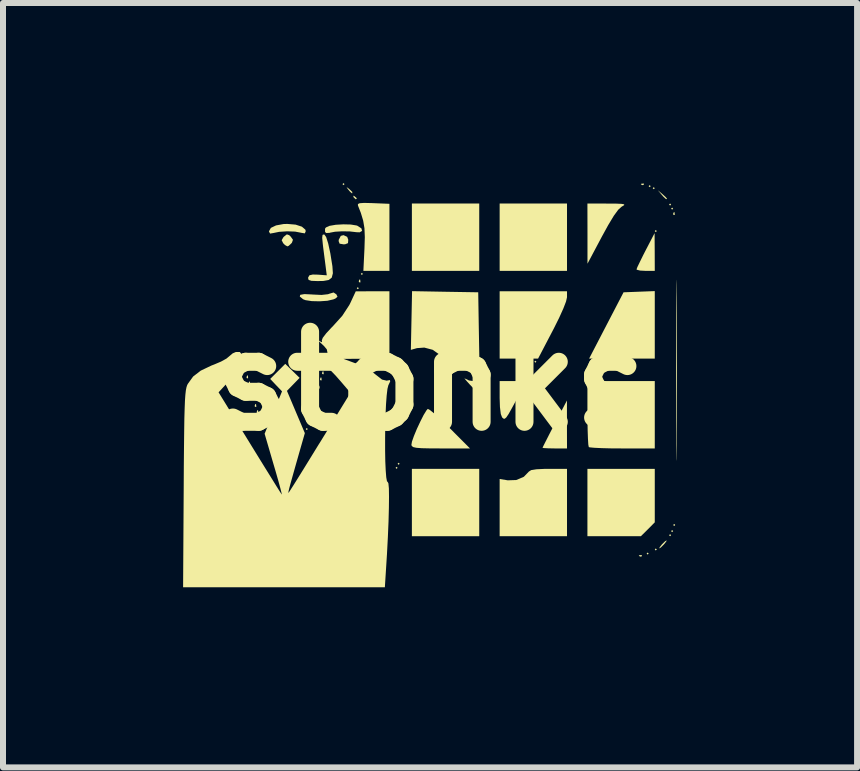
<source format=kicad_pcb>
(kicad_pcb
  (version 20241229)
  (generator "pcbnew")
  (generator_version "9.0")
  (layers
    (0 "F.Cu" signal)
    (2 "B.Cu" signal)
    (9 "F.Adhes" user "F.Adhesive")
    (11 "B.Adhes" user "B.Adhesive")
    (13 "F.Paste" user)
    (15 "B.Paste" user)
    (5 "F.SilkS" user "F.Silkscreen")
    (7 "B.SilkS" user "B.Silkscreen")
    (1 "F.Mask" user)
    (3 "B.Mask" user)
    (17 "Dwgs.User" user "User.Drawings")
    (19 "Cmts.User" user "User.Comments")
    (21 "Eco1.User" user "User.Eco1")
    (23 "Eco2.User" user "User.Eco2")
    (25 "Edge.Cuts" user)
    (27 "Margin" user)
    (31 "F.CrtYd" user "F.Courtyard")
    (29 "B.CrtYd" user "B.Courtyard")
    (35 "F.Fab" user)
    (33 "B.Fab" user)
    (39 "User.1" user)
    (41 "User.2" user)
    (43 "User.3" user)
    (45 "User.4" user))
  (footprint "stonks"
    (layer "F.Cu")
    (at 4.151 3.298)
    (property "Reference" "stonks" (at 0 0 0) (layer "F.SilkS") (effects (font (size 1.5 1.5) (thickness 0.3))))
    (attr board_only exclude_from_pos_files exclude_from_bom)
    (fp_poly (pts (xy -2.074 0.799) (xy -2.091 0.816) (xy -2.108 0.799) (xy -2.091 0.782)) (stroke (width 0) (type solid)) (fill yes) (layer "F.SilkS"))
    (fp_poly (pts (xy -1.462 -3.281) (xy -1.479 -3.264) (xy -1.496 -3.281) (xy -1.479 -3.298)) (stroke (width 0) (type solid)) (fill yes) (layer "F.SilkS"))
    (fp_poly (pts (xy -1.224 -1.547) (xy -1.241 -1.53) (xy -1.258 -1.547) (xy -1.241 -1.564)) (stroke (width 0) (type solid)) (fill yes) (layer "F.SilkS"))
    (fp_poly (pts (xy -1.156 -1.785) (xy -1.173 -1.768) (xy -1.19 -1.785) (xy -1.173 -1.802)) (stroke (width 0) (type solid)) (fill yes) (layer "F.SilkS"))
    (fp_poly (pts (xy -0.578 1.445) (xy -0.595 1.462) (xy -0.612 1.445) (xy -0.595 1.428)) (stroke (width 0) (type solid)) (fill yes) (layer "F.SilkS"))
    (fp_poly (pts (xy -0.544 1.377) (xy -0.561 1.394) (xy -0.578 1.377) (xy -0.561 1.36)) (stroke (width 0) (type solid)) (fill yes) (layer "F.SilkS"))
    (fp_poly (pts (xy 1.734 -0.323) (xy 1.717 -0.306) (xy 1.7 -0.323) (xy 1.717 -0.34)) (stroke (width 0) (type solid)) (fill yes) (layer "F.SilkS"))
    (fp_poly (pts (xy 3.604 2.873) (xy 3.587 2.89) (xy 3.57 2.873) (xy 3.587 2.856)) (stroke (width 0) (type solid)) (fill yes) (layer "F.SilkS"))
    (fp_poly (pts (xy 3.638 -3.247) (xy 3.621 -3.23) (xy 3.604 -3.247) (xy 3.621 -3.264)) (stroke (width 0) (type solid)) (fill yes) (layer "F.SilkS"))
    (fp_poly (pts (xy 3.706 -3.213) (xy 3.689 -3.196) (xy 3.672 -3.213) (xy 3.689 -3.23)) (stroke (width 0) (type solid)) (fill yes) (layer "F.SilkS"))
    (fp_poly (pts (xy 3.74 -2.499) (xy 3.723 -2.482) (xy 3.706 -2.499) (xy 3.723 -2.516)) (stroke (width 0) (type solid)) (fill yes) (layer "F.SilkS"))
    (fp_poly (pts (xy 3.74 2.805) (xy 3.723 2.822) (xy 3.706 2.805) (xy 3.723 2.788)) (stroke (width 0) (type solid)) (fill yes) (layer "F.SilkS"))
    (fp_poly (pts (xy 3.978 -2.941) (xy 3.961 -2.924) (xy 3.944 -2.941) (xy 3.961 -2.958)) (stroke (width 0) (type solid)) (fill yes) (layer "F.SilkS"))
    (fp_poly (pts (xy 3.978 2.567) (xy 3.961 2.584) (xy 3.944 2.567) (xy 3.961 2.55)) (stroke (width 0) (type solid)) (fill yes) (layer "F.SilkS"))
    (fp_poly (pts (xy 4.012 -2.873) (xy 3.995 -2.856) (xy 3.978 -2.873) (xy 3.995 -2.89)) (stroke (width 0) (type solid)) (fill yes) (layer "F.SilkS"))
    (fp_poly (pts (xy 4.012 2.499) (xy 3.995 2.516) (xy 3.978 2.499) (xy 3.995 2.482)) (stroke (width 0) (type solid)) (fill yes) (layer "F.SilkS"))
    (fp_poly (pts (xy 4.046 2.397) (xy 4.029 2.414) (xy 4.012 2.397) (xy 4.029 2.38)) (stroke (width 0) (type solid)) (fill yes) (layer "F.SilkS"))
    (fp_poly (pts (xy -3.106 -0.227) (xy -3.102 -0.186) (xy -3.106 -0.181) (xy -3.126 -0.186) (xy -3.128 -0.204) (xy -3.116 -0.232)) (stroke (width 0) (type solid)) (fill yes) (layer "F.SilkS"))
    (fp_poly (pts (xy -3.072 -0.091) (xy -3.068 -0.05) (xy -3.072 -0.045) (xy -3.092 -0.05) (xy -3.094 -0.068) (xy -3.082 -0.096)) (stroke (width 0) (type solid)) (fill yes) (layer "F.SilkS"))
    (fp_poly (pts (xy -3.038 0.011) (xy -3.034 0.052) (xy -3.038 0.057) (xy -3.058 0.052) (xy -3.06 0.034) (xy -3.048 0.006)) (stroke (width 0) (type solid)) (fill yes) (layer "F.SilkS"))
    (fp_poly (pts (xy -3.004 0.147) (xy -2.999 0.188) (xy -3.004 0.193) (xy -3.024 0.188) (xy -3.026 0.17) (xy -3.014 0.142)) (stroke (width 0) (type solid)) (fill yes) (layer "F.SilkS"))
    (fp_poly (pts (xy -2.97 0.249) (xy -2.965 0.29) (xy -2.97 0.295) (xy -2.99 0.29) (xy -2.992 0.272) (xy -2.98 0.244)) (stroke (width 0) (type solid)) (fill yes) (layer "F.SilkS"))
    (fp_poly (pts (xy -2.936 0.385) (xy -2.931 0.426) (xy -2.936 0.431) (xy -2.956 0.426) (xy -2.958 0.408) (xy -2.946 0.38)) (stroke (width 0) (type solid)) (fill yes) (layer "F.SilkS"))
    (fp_poly (pts (xy -2.902 0.487) (xy -2.897 0.528) (xy -2.902 0.533) (xy -2.922 0.528) (xy -2.924 0.51) (xy -2.912 0.482)) (stroke (width 0) (type solid)) (fill yes) (layer "F.SilkS"))
    (fp_poly (pts (xy -2.868 0.623) (xy -2.863 0.664) (xy -2.868 0.669) (xy -2.888 0.664) (xy -2.89 0.646) (xy -2.878 0.618)) (stroke (width 0) (type solid)) (fill yes) (layer "F.SilkS"))
    (fp_poly (pts (xy -2.834 0.725) (xy -2.829 0.766) (xy -2.834 0.771) (xy -2.854 0.766) (xy -2.856 0.748) (xy -2.844 0.72)) (stroke (width 0) (type solid)) (fill yes) (layer "F.SilkS"))
    (fp_poly (pts (xy -2.051 0.657) (xy -2.047 0.698) (xy -2.051 0.703) (xy -2.072 0.698) (xy -2.074 0.68) (xy -2.062 0.652)) (stroke (width 0) (type solid)) (fill yes) (layer "F.SilkS"))
    (fp_poly (pts (xy -2.017 0.555) (xy -2.013 0.596) (xy -2.017 0.601) (xy -2.038 0.596) (xy -2.04 0.578) (xy -2.028 0.55)) (stroke (width 0) (type solid)) (fill yes) (layer "F.SilkS"))
    (fp_poly (pts (xy -1.983 0.419) (xy -1.979 0.46) (xy -1.983 0.465) (xy -2.004 0.46) (xy -2.006 0.442) (xy -1.994 0.414)) (stroke (width 0) (type solid)) (fill yes) (layer "F.SilkS"))
    (fp_poly (pts (xy -1.949 0.317) (xy -1.945 0.358) (xy -1.949 0.363) (xy -1.97 0.358) (xy -1.972 0.34) (xy -1.96 0.312)) (stroke (width 0) (type solid)) (fill yes) (layer "F.SilkS"))
    (fp_poly (pts (xy -1.915 0.181) (xy -1.911 0.222) (xy -1.915 0.227) (xy -1.936 0.222) (xy -1.938 0.204) (xy -1.926 0.176)) (stroke (width 0) (type solid)) (fill yes) (layer "F.SilkS"))
    (fp_poly (pts (xy -1.881 0.079) (xy -1.877 0.12) (xy -1.881 0.125) (xy -1.902 0.12) (xy -1.904 0.102) (xy -1.892 0.074)) (stroke (width 0) (type solid)) (fill yes) (layer "F.SilkS"))
    (fp_poly (pts (xy -1.847 -0.057) (xy -1.843 -0.016) (xy -1.847 -0.011) (xy -1.868 -0.016) (xy -1.87 -0.034) (xy -1.858 -0.062)) (stroke (width 0) (type solid)) (fill yes) (layer "F.SilkS"))
    (fp_poly (pts (xy -1.813 -0.159) (xy -1.809 -0.118) (xy -1.813 -0.113) (xy -1.834 -0.118) (xy -1.836 -0.136) (xy -1.824 -0.164)) (stroke (width 0) (type solid)) (fill yes) (layer "F.SilkS"))
    (fp_poly (pts (xy -1.201 -1.689) (xy -1.197 -1.648) (xy -1.201 -1.643) (xy -1.222 -1.648) (xy -1.224 -1.666) (xy -1.212 -1.694)) (stroke (width 0) (type solid)) (fill yes) (layer "F.SilkS"))
    (fp_poly (pts (xy 3.491 2.902) (xy 3.486 2.922) (xy 3.468 2.924) (xy 3.44 2.912) (xy 3.446 2.902) (xy 3.486 2.897)) (stroke (width 0) (type solid)) (fill yes) (layer "F.SilkS"))
    (fp_poly (pts (xy 3.525 -3.287) (xy 3.52 -3.267) (xy 3.502 -3.264) (xy 3.474 -3.277) (xy 3.48 -3.287) (xy 3.52 -3.291)) (stroke (width 0) (type solid)) (fill yes) (layer "F.SilkS"))
    (fp_poly (pts (xy 4.035 -2.811) (xy 4.039 -2.771) (xy 4.035 -2.766) (xy 4.015 -2.77) (xy 4.012 -2.788) (xy 4.025 -2.816)) (stroke (width 0) (type solid)) (fill yes) (layer "F.SilkS"))
    (fp_poly (pts (xy -1.297 -3.08) (xy -1.261 -3.049) (xy -1.258 -3.041) (xy -1.274 -3.027) (xy -1.308 -3.059) (xy -1.312 -3.065) (xy -1.316 -3.089)) (stroke (width 0) (type solid)) (fill yes) (layer "F.SilkS"))
    (fp_poly (pts (xy 3.834 -3.114) (xy 3.888 -3.065) (xy 3.91 -3.038) (xy 3.895 -3.029) (xy 3.846 -3.075) (xy 3.822 -3.103) (xy 3.757 -3.179)) (stroke (width 0) (type solid)) (fill yes) (layer "F.SilkS"))
    (fp_poly (pts (xy -1.41 -3.22) (xy -1.386 -3.201) (xy -1.333 -3.151) (xy -1.333 -3.129) (xy -1.339 -3.128) (xy -1.367 -3.151) (xy -1.398 -3.188) (xy -1.428 -3.228)) (stroke (width 0) (type solid)) (fill yes) (layer "F.SilkS"))
    (fp_poly (pts (xy 0.782 -2.397) (xy 0.782 -1.836) (xy 0.221 -1.836) (xy -0.34 -1.836) (xy -0.34 -2.397) (xy -0.34 -2.958) (xy 0.221 -2.958) (xy 0.782 -2.958)) (stroke (width 0) (type solid)) (fill yes) (layer "F.SilkS"))
    (fp_poly (pts (xy 0.782 2.023) (xy 0.782 2.584) (xy 0.221 2.584) (xy -0.34 2.584) (xy -0.34 2.023) (xy -0.34 1.462) (xy 0.221 1.462) (xy 0.782 1.462)) (stroke (width 0) (type solid)) (fill yes) (layer "F.SilkS"))
    (fp_poly (pts (xy 2.244 -2.397) (xy 2.244 -1.836) (xy 1.683 -1.836) (xy 1.122 -1.836) (xy 1.122 -2.397) (xy 1.122 -2.958) (xy 1.683 -2.958) (xy 2.244 -2.958)) (stroke (width 0) (type solid)) (fill yes) (layer "F.SilkS"))
    (fp_poly (pts (xy 3.706 -0.937) (xy 3.706 -0.374) (xy 3.159 -0.374) (xy 2.612 -0.374) (xy 2.899 -0.927) (xy 3.186 -1.479) (xy 3.446 -1.489) (xy 3.706 -1.499)) (stroke (width 0) (type solid)) (fill yes) (layer "F.SilkS"))
    (fp_poly (pts (xy 3.897 2.673) (xy 3.859 2.72) (xy 3.808 2.771) (xy 3.781 2.788) (xy 3.788 2.767) (xy 3.825 2.72) (xy 3.876 2.67) (xy 3.904 2.652)) (stroke (width 0) (type solid)) (fill yes) (layer "F.SilkS"))
    (fp_poly (pts (xy -1.418 -2.403) (xy -1.4 -2.355) (xy -1.404 -2.298) (xy -1.452 -2.279) (xy -1.479 -2.278) (xy -1.544 -2.289) (xy -1.56 -2.331) (xy -1.558 -2.355) (xy -1.524 -2.419) (xy -1.479 -2.431)) (stroke (width 0) (type solid)) (fill yes) (layer "F.SilkS"))
    (fp_poly (pts (xy 3.706 1.908) (xy 3.706 2.353) (xy 3.591 2.469) (xy 3.475 2.584) (xy 3.03 2.584) (xy 2.584 2.584) (xy 2.584 2.023) (xy 2.584 1.462) (xy 3.145 1.462) (xy 3.706 1.462)) (stroke (width 0) (type solid)) (fill yes) (layer "F.SilkS"))
    (fp_poly (pts (xy 3.705 -2.151) (xy 3.706 -1.836) (xy 3.553 -1.836) (xy 3.462 -1.841) (xy 3.409 -1.854) (xy 3.402 -1.862) (xy 3.417 -1.901) (xy 3.458 -1.986) (xy 3.515 -2.102) (xy 3.553 -2.176) (xy 3.703 -2.465)) (stroke (width 0) (type solid)) (fill yes) (layer "F.SilkS"))
    (fp_poly (pts (xy 2.243 0.723) (xy 2.244 1.122) (xy 2.04 1.122) (xy 1.933 1.12) (xy 1.859 1.116) (xy 1.836 1.111) (xy 1.851 1.079) (xy 1.892 0.998) (xy 1.952 0.88) (xy 2.026 0.737) (xy 2.039 0.712) (xy 2.243 0.323)) (stroke (width 0) (type solid)) (fill yes) (layer "F.SilkS"))
    (fp_poly (pts (xy -2.384 -2.431) (xy -2.358 -2.406) (xy -2.321 -2.354) (xy -2.338 -2.306) (xy -2.345 -2.297) (xy -2.392 -2.253) (xy -2.414 -2.244) (xy -2.455 -2.267) (xy -2.484 -2.297) (xy -2.509 -2.347) (xy -2.48 -2.397) (xy -2.471 -2.406) (xy -2.423 -2.444)) (stroke (width 0) (type solid)) (fill yes) (layer "F.SilkS"))
    (fp_poly (pts (xy 1.409 0.298) (xy 1.327 0.449) (xy 1.271 0.549) (xy 1.233 0.605) (xy 1.206 0.628) (xy 1.185 0.625) (xy 1.163 0.605) (xy 1.141 0.548) (xy 1.127 0.434) (xy 1.122 0.282) (xy 1.122 0) (xy 1.346 0) (xy 1.57 0)) (stroke (width 0) (type solid)) (fill yes) (layer "F.SilkS"))
    (fp_poly (pts (xy 2.244 -1.396) (xy 2.228 -1.326) (xy 2.183 -1.209) (xy 2.114 -1.056) (xy 2.025 -0.877) (xy 2.003 -0.835) (xy 1.762 -0.374) (xy 1.442 -0.374) (xy 1.122 -0.374) (xy 1.122 -0.935) (xy 1.122 -1.496) (xy 1.683 -1.496) (xy 2.244 -1.496)) (stroke (width 0) (type solid)) (fill yes) (layer "F.SilkS"))
    (fp_poly (pts (xy 0.542 -0.043) (xy 0.612 -0.01) (xy 0.687 0) (xy 0.754 0.009) (xy 0.779 0.051) (xy 0.782 0.102) (xy 0.779 0.174) (xy 0.772 0.204) (xy 0.772 0.204) (xy 0.745 0.181) (xy 0.687 0.122) (xy 0.627 0.06) (xy 0.565 -0.009) (xy 0.535 -0.045)) (stroke (width 0) (type solid)) (fill yes) (layer "F.SilkS"))
    (fp_poly (pts (xy 2.916 -2.957) (xy 3.066 -2.956) (xy 3.156 -2.952) (xy 3.197 -2.944) (xy 3.195 -2.93) (xy 3.161 -2.909) (xy 3.155 -2.906) (xy 3.098 -2.855) (xy 3.024 -2.754) (xy 2.93 -2.598) (xy 2.824 -2.405) (xy 2.585 -1.955) (xy 2.585 -2.457) (xy 2.584 -2.958)) (stroke (width 0) (type solid)) (fill yes) (layer "F.SilkS"))
    (fp_poly (pts (xy 2.244 2.023) (xy 2.244 2.584) (xy 1.683 2.584) (xy 1.122 2.584) (xy 1.122 2.108) (xy 1.122 1.631) (xy 1.258 1.653) (xy 1.399 1.648) (xy 1.525 1.594) (xy 1.608 1.508) (xy 1.647 1.483) (xy 1.735 1.469) (xy 1.879 1.462) (xy 1.94 1.462) (xy 2.244 1.462)) (stroke (width 0) (type solid)) (fill yes) (layer "F.SilkS"))
    (fp_poly (pts (xy -1.01 -2.965) (xy -0.987 -2.964) (xy -0.714 -2.953) (xy -0.714 -2.395) (xy -0.714 -1.836) (xy -0.931 -1.836) (xy -1.148 -1.836) (xy -1.13 -2.206) (xy -1.124 -2.398) (xy -1.13 -2.546) (xy -1.151 -2.672) (xy -1.19 -2.801) (xy -1.238 -2.924) (xy -1.239 -2.949) (xy -1.209 -2.963) (xy -1.137 -2.968)) (stroke (width 0) (type solid)) (fill yes) (layer "F.SilkS"))
    (fp_poly (pts (xy 0.214 -1.488) (xy 0.765 -1.479) (xy 0.774 -0.927) (xy 0.784 -0.374) (xy 0.482 -0.374) (xy 0.331 -0.376) (xy 0.233 -0.385) (xy 0.171 -0.402) (xy 0.129 -0.432) (xy 0.12 -0.441) (xy 0.007 -0.521) (xy -0.133 -0.558) (xy -0.255 -0.549) (xy -0.357 -0.52) (xy -0.347 -1.009) (xy -0.337 -1.498)) (stroke (width 0) (type solid)) (fill yes) (layer "F.SilkS"))
    (fp_poly (pts (xy 3.706 0.561) (xy 3.706 1.122) (xy 3.168 1.122) (xy 2.983 1.121) (xy 2.823 1.117) (xy 2.699 1.111) (xy 2.624 1.104) (xy 2.607 1.099) (xy 2.599 1.059) (xy 2.593 0.963) (xy 2.588 0.823) (xy 2.585 0.652) (xy 2.584 0.538) (xy 2.584 0) (xy 3.145 0) (xy 3.706 0)) (stroke (width 0) (type solid)) (fill yes) (layer "F.SilkS"))
    (fp_poly (pts (xy -2.276 -2.606) (xy -2.172 -2.572) (xy -2.115 -2.523) (xy -2.108 -2.498) (xy -2.123 -2.461) (xy -2.177 -2.469) (xy -2.185 -2.471) (xy -2.285 -2.49) (xy -2.418 -2.495) (xy -2.552 -2.486) (xy -2.644 -2.467) (xy -2.702 -2.457) (xy -2.72 -2.49) (xy -2.72 -2.496) (xy -2.689 -2.552) (xy -2.603 -2.593) (xy -2.478 -2.616) (xy -2.414 -2.618)) (stroke (width 0) (type solid)) (fill yes) (layer "F.SilkS"))
    (fp_poly (pts (xy -1.598 -1.445) (xy -1.579 -1.405) (xy -1.614 -1.375) (xy -1.648 -1.361) (xy -1.747 -1.338) (xy -1.876 -1.329) (xy -2.007 -1.332) (xy -2.112 -1.348) (xy -2.151 -1.363) (xy -2.207 -1.408) (xy -2.2 -1.437) (xy -2.131 -1.449) (xy -2.003 -1.443) (xy -1.995 -1.442) (xy -1.844 -1.435) (xy -1.737 -1.447) (xy -1.709 -1.457) (xy -1.644 -1.476)) (stroke (width 0) (type solid)) (fill yes) (layer "F.SilkS"))
    (fp_poly (pts (xy -1.359 -2.608) (xy -1.261 -2.592) (xy -1.247 -2.587) (xy -1.181 -2.544) (xy -1.169 -2.502) (xy -1.21 -2.478) (xy -1.262 -2.48) (xy -1.375 -2.493) (xy -1.503 -2.495) (xy -1.62 -2.488) (xy -1.7 -2.473) (xy -1.705 -2.47) (xy -1.765 -2.466) (xy -1.786 -2.483) (xy -1.787 -2.538) (xy -1.772 -2.559) (xy -1.712 -2.586) (xy -1.607 -2.604) (xy -1.482 -2.611)) (stroke (width 0) (type solid)) (fill yes) (layer "F.SilkS"))
    (fp_poly (pts (xy -0.042 0.48) (xy 0.029 0.537) (xy 0.128 0.626) (xy 0.247 0.74) (xy 0.291 0.784) (xy 0.628 1.122) (xy 0.146 1.122) (xy -0.045 1.121) (xy -0.179 1.118) (xy -0.266 1.111) (xy -0.316 1.1) (xy -0.341 1.082) (xy -0.348 1.063) (xy -0.339 1.009) (xy -0.306 0.915) (xy -0.257 0.797) (xy -0.2 0.675) (xy -0.145 0.566) (xy -0.098 0.489) (xy -0.075 0.463)) (stroke (width 0) (type solid)) (fill yes) (layer "F.SilkS"))
    (fp_poly (pts (xy -1.799 -2.442) (xy -1.768 -2.399) (xy -1.734 -2.292) (xy -1.698 -2.126) (xy -1.692 -2.088) (xy -1.664 -1.914) (xy -1.656 -1.796) (xy -1.675 -1.723) (xy -1.725 -1.684) (xy -1.813 -1.668) (xy -1.913 -1.666) (xy -2.013 -1.67) (xy -2.06 -1.685) (xy -2.069 -1.717) (xy -2.068 -1.725) (xy -2.047 -1.762) (xy -1.991 -1.775) (xy -1.907 -1.773) (xy -1.758 -1.762) (xy -1.78 -1.935) (xy -1.799 -2.082) (xy -1.819 -2.238) (xy -1.824 -2.283) (xy -1.834 -2.386) (xy -1.828 -2.435) (xy -1.805 -2.443)) (stroke (width 0) (type solid)) (fill yes) (layer "F.SilkS"))
    (fp_poly (pts (xy 4.068 -1.68) (xy 4.07 -1.609) (xy 4.071 -1.473) (xy 4.072 -1.4) (xy 4.074 -1.042) (xy 4.075 -0.638) (xy 4.076 -0.213) (xy 4.075 0.214) (xy 4.074 0.621) (xy 4.072 0.985) (xy 4.072 1.048) (xy 4.07 1.207) (xy 4.069 1.301) (xy 4.068 1.331) (xy 4.066 1.299) (xy 4.065 1.21) (xy 4.064 1.063) (xy 4.064 0.863) (xy 4.063 0.611) (xy 4.063 0.309) (xy 4.062 -0.04) (xy 4.062 -0.187) (xy 4.063 -0.553) (xy 4.063 -0.872) (xy 4.063 -1.142) (xy 4.064 -1.361) (xy 4.065 -1.527) (xy 4.066 -1.637) (xy 4.067 -1.688)) (stroke (width 0) (type solid)) (fill yes) (layer "F.SilkS"))
    (fp_poly (pts (xy -0.714 -0.935) (xy -0.714 -0.374) (xy -1.097 -0.372) (xy -1.479 -0.37) (xy -1.263 -0.29) (xy -1.13 -0.23) (xy -1.006 -0.157) (xy -0.933 -0.1) (xy -0.837 -0.025) (xy -0.76 -0.007) (xy -0.751 -0.009) (xy -0.706 -0.017) (xy -0.701 0.005) (xy -0.732 0.07) (xy -0.747 0.13) (xy -0.76 0.241) (xy -0.771 0.39) (xy -0.779 0.567) (xy -0.784 0.761) (xy -0.786 0.961) (xy -0.786 1.157) (xy -0.783 1.336) (xy -0.776 1.488) (xy -0.767 1.603) (xy -0.755 1.669) (xy -0.743 1.68) (xy -0.731 1.704) (xy -0.723 1.788) (xy -0.721 1.927) (xy -0.723 2.112) (xy -0.729 2.338) (xy -0.74 2.597) (xy -0.755 2.882) (xy -0.77 3.12) (xy -0.79 3.434) (xy -2.471 3.434) (xy -4.151 3.434) (xy -4.141 1.794) (xy -4.139 1.413) (xy -4.136 1.095) (xy -4.133 0.833) (xy -4.13 0.621) (xy -4.125 0.453) (xy -4.12 0.324) (xy -4.113 0.226) (xy -4.105 0.155) (xy -4.095 0.104) (xy -4.083 0.067) (xy -4.072 0.046) (xy -3.984 -0.076) (xy -3.857 -0.174) (xy -3.679 -0.259) (xy -3.632 -0.277) (xy -3.519 -0.325) (xy -3.43 -0.374) (xy -3.39 -0.407) (xy -3.325 -0.462) (xy -3.271 -0.485) (xy -3.206 -0.485) (xy -3.166 -0.434) (xy -3.16 -0.42) (xy -3.14 -0.363) (xy -3.136 -0.317) (xy -3.153 -0.269) (xy -3.2 -0.206) (xy -3.283 -0.113) (xy -3.344 -0.047) (xy -3.56 0.187) (xy -3.04 1.032) (xy -2.907 1.248) (xy -2.786 1.444) (xy -2.681 1.613) (xy -2.597 1.749) (xy -2.538 1.843) (xy -2.508 1.888) (xy -2.506 1.891) (xy -2.511 1.865) (xy -2.531 1.785) (xy -2.565 1.66) (xy -2.61 1.503) (xy -2.643 1.391) (xy -2.793 0.877) (xy -2.648 0.524) (xy -2.503 0.171) (xy -2.602 0.068) (xy -2.7 -0.036) (xy -2.575 -0.161) (xy -2.449 -0.287) (xy -2.33 -0.171) (xy -2.21 -0.054) (xy -2.315 0.054) (xy -2.421 0.163) (xy -2.272 0.515) (xy -2.123 0.867) (xy -2.201 1.139) (xy -2.27 1.381) (xy -2.322 1.565) (xy -2.359 1.697) (xy -2.383 1.786) (xy -2.395 1.838) (xy -2.397 1.86) (xy -2.394 1.861) (xy -2.372 1.828) (xy -2.319 1.745) (xy -2.24 1.619) (xy -2.14 1.458) (xy -2.023 1.268) (xy -1.894 1.058) (xy -1.869 1.019) (xy -1.363 0.195) (xy -1.521 0.01) (xy -1.608 -0.089) (xy -1.687 -0.171) (xy -1.739 -0.217) (xy -1.739 -0.217) (xy -1.777 -0.256) (xy -1.782 -0.31) (xy -1.764 -0.389) (xy -1.746 -0.472) (xy -1.757 -0.528) (xy -1.806 -0.586) (xy -1.842 -0.62) (xy -1.895 -0.669) (xy -1.906 -0.685) (xy -1.89 -0.675) (xy -1.843 -0.647) (xy -1.836 -0.661) (xy -1.841 -0.676) (xy -1.825 -0.72) (xy -1.768 -0.795) (xy -1.682 -0.888) (xy -1.657 -0.913) (xy -1.5 -1.087) (xy -1.383 -1.266) (xy -1.366 -1.299) (xy -1.275 -1.495) (xy -0.995 -1.496) (xy -0.714 -1.496)) (stroke (width 0) (type solid)) (fill yes) (layer "F.SilkS")))
  (gr_rect
    (start -3 -3)
    (end 11.227 9.733)
    (stroke (width 0.1) (type default))
    (fill no)
    (layer "Edge.Cuts")))
</source>
